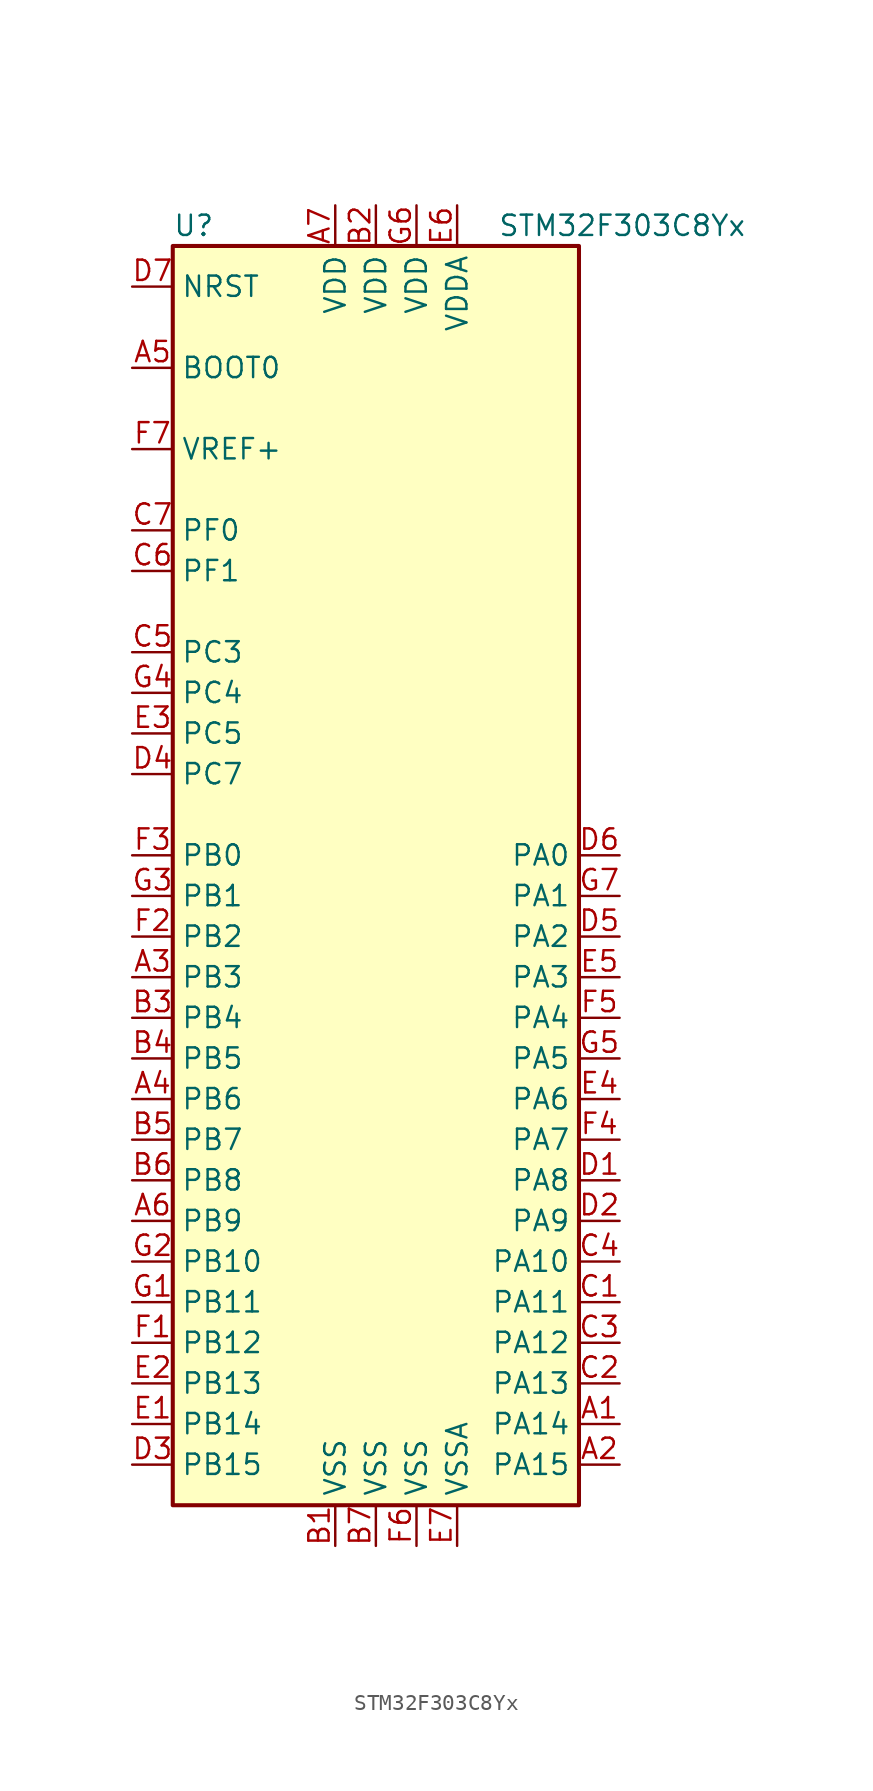
<source format=kicad_sym>
(kicad_symbol_lib
  (version 20201005)
  (generator kicad_symbol_editor)
  (symbol "STM32F303C8Yx"
    (property "Reference" "U"
      (at -12.7 39.37 0)
      (effects (font (size 1.27 1.27)) (justify left)))
    (property "Value" "STM32F303C8Yx"
      (at 7.62 39.37 0)
      (effects (font (size 1.27 1.27)) (justify left)))
    (symbol "STM32F303C8Yx_0_1"
      (rectangle (start -12.7 -40.64) (end 12.7 38.1) (stroke (width 0.254)) (fill (type background))))
    (symbol "STM32F303C8Yx_1_1"
      (pin input line (at -15.24 30.48 0) (length 2.54) (name "BOOT0" (effects (font (size 1.27 1.27)))) (number "A5" (effects (font (size 1.27 1.27)))))
      (pin input line (at -15.24 35.56 0) (length 2.54) (name "NRST" (effects (font (size 1.27 1.27)))) (number "D7" (effects (font (size 1.27 1.27)))))
      (pin bidirectional line (at 15.24 0 180) (length 2.54) (name "PA0" (effects (font (size 1.27 1.27)))) (number "D6" (effects (font (size 1.27 1.27)))))
      (pin bidirectional line (at 15.24 -2.54 180) (length 2.54) (name "PA1" (effects (font (size 1.27 1.27)))) (number "G7" (effects (font (size 1.27 1.27)))))
      (pin bidirectional line (at 15.24 -25.4 180) (length 2.54) (name "PA10" (effects (font (size 1.27 1.27)))) (number "C4" (effects (font (size 1.27 1.27)))))
      (pin bidirectional line (at 15.24 -27.94 180) (length 2.54) (name "PA11" (effects (font (size 1.27 1.27)))) (number "C1" (effects (font (size 1.27 1.27)))))
      (pin bidirectional line (at 15.24 -30.48 180) (length 2.54) (name "PA12" (effects (font (size 1.27 1.27)))) (number "C3" (effects (font (size 1.27 1.27)))))
      (pin bidirectional line (at 15.24 -33.02 180) (length 2.54) (name "PA13" (effects (font (size 1.27 1.27)))) (number "C2" (effects (font (size 1.27 1.27)))))
      (pin bidirectional line (at 15.24 -35.56 180) (length 2.54) (name "PA14" (effects (font (size 1.27 1.27)))) (number "A1" (effects (font (size 1.27 1.27)))))
      (pin bidirectional line (at 15.24 -38.1 180) (length 2.54) (name "PA15" (effects (font (size 1.27 1.27)))) (number "A2" (effects (font (size 1.27 1.27)))))
      (pin bidirectional line (at 15.24 -5.08 180) (length 2.54) (name "PA2" (effects (font (size 1.27 1.27)))) (number "D5" (effects (font (size 1.27 1.27)))))
      (pin bidirectional line (at 15.24 -7.62 180) (length 2.54) (name "PA3" (effects (font (size 1.27 1.27)))) (number "E5" (effects (font (size 1.27 1.27)))))
      (pin bidirectional line (at 15.24 -10.16 180) (length 2.54) (name "PA4" (effects (font (size 1.27 1.27)))) (number "F5" (effects (font (size 1.27 1.27)))))
      (pin bidirectional line (at 15.24 -12.7 180) (length 2.54) (name "PA5" (effects (font (size 1.27 1.27)))) (number "G5" (effects (font (size 1.27 1.27)))))
      (pin bidirectional line (at 15.24 -15.24 180) (length 2.54) (name "PA6" (effects (font (size 1.27 1.27)))) (number "E4" (effects (font (size 1.27 1.27)))))
      (pin bidirectional line (at 15.24 -17.78 180) (length 2.54) (name "PA7" (effects (font (size 1.27 1.27)))) (number "F4" (effects (font (size 1.27 1.27)))))
      (pin bidirectional line (at 15.24 -20.32 180) (length 2.54) (name "PA8" (effects (font (size 1.27 1.27)))) (number "D1" (effects (font (size 1.27 1.27)))))
      (pin bidirectional line (at 15.24 -22.86 180) (length 2.54) (name "PA9" (effects (font (size 1.27 1.27)))) (number "D2" (effects (font (size 1.27 1.27)))))
      (pin bidirectional line (at -15.24 0 0) (length 2.54) (name "PB0" (effects (font (size 1.27 1.27)))) (number "F3" (effects (font (size 1.27 1.27)))))
      (pin bidirectional line (at -15.24 -2.54 0) (length 2.54) (name "PB1" (effects (font (size 1.27 1.27)))) (number "G3" (effects (font (size 1.27 1.27)))))
      (pin bidirectional line (at -15.24 -25.4 0) (length 2.54) (name "PB10" (effects (font (size 1.27 1.27)))) (number "G2" (effects (font (size 1.27 1.27)))))
      (pin bidirectional line (at -15.24 -27.94 0) (length 2.54) (name "PB11" (effects (font (size 1.27 1.27)))) (number "G1" (effects (font (size 1.27 1.27)))))
      (pin bidirectional line (at -15.24 -30.48 0) (length 2.54) (name "PB12" (effects (font (size 1.27 1.27)))) (number "F1" (effects (font (size 1.27 1.27)))))
      (pin bidirectional line (at -15.24 -33.02 0) (length 2.54) (name "PB13" (effects (font (size 1.27 1.27)))) (number "E2" (effects (font (size 1.27 1.27)))))
      (pin bidirectional line (at -15.24 -35.56 0) (length 2.54) (name "PB14" (effects (font (size 1.27 1.27)))) (number "E1" (effects (font (size 1.27 1.27)))))
      (pin bidirectional line (at -15.24 -38.1 0) (length 2.54) (name "PB15" (effects (font (size 1.27 1.27)))) (number "D3" (effects (font (size 1.27 1.27)))))
      (pin bidirectional line (at -15.24 -5.08 0) (length 2.54) (name "PB2" (effects (font (size 1.27 1.27)))) (number "F2" (effects (font (size 1.27 1.27)))))
      (pin bidirectional line (at -15.24 -7.62 0) (length 2.54) (name "PB3" (effects (font (size 1.27 1.27)))) (number "A3" (effects (font (size 1.27 1.27)))))
      (pin bidirectional line (at -15.24 -10.16 0) (length 2.54) (name "PB4" (effects (font (size 1.27 1.27)))) (number "B3" (effects (font (size 1.27 1.27)))))
      (pin bidirectional line (at -15.24 -12.7 0) (length 2.54) (name "PB5" (effects (font (size 1.27 1.27)))) (number "B4" (effects (font (size 1.27 1.27)))))
      (pin bidirectional line (at -15.24 -15.24 0) (length 2.54) (name "PB6" (effects (font (size 1.27 1.27)))) (number "A4" (effects (font (size 1.27 1.27)))))
      (pin bidirectional line (at -15.24 -17.78 0) (length 2.54) (name "PB7" (effects (font (size 1.27 1.27)))) (number "B5" (effects (font (size 1.27 1.27)))))
      (pin bidirectional line (at -15.24 -20.32 0) (length 2.54) (name "PB8" (effects (font (size 1.27 1.27)))) (number "B6" (effects (font (size 1.27 1.27)))))
      (pin bidirectional line (at -15.24 -22.86 0) (length 2.54) (name "PB9" (effects (font (size 1.27 1.27)))) (number "A6" (effects (font (size 1.27 1.27)))))
      (pin bidirectional line (at -15.24 12.7 0) (length 2.54) (name "PC3" (effects (font (size 1.27 1.27)))) (number "C5" (effects (font (size 1.27 1.27)))))
      (pin bidirectional line (at -15.24 10.16 0) (length 2.54) (name "PC4" (effects (font (size 1.27 1.27)))) (number "G4" (effects (font (size 1.27 1.27)))))
      (pin bidirectional line (at -15.24 7.62 0) (length 2.54) (name "PC5" (effects (font (size 1.27 1.27)))) (number "E3" (effects (font (size 1.27 1.27)))))
      (pin bidirectional line (at -15.24 5.08 0) (length 2.54) (name "PC7" (effects (font (size 1.27 1.27)))) (number "D4" (effects (font (size 1.27 1.27)))))
      (pin input line (at -15.24 20.32 0) (length 2.54) (name "PF0" (effects (font (size 1.27 1.27)))) (number "C7" (effects (font (size 1.27 1.27)))))
      (pin input line (at -15.24 17.78 0) (length 2.54) (name "PF1" (effects (font (size 1.27 1.27)))) (number "C6" (effects (font (size 1.27 1.27)))))
      (pin power_in line (at -2.54 40.64 270) (length 2.54) (name "VDD" (effects (font (size 1.27 1.27)))) (number "A7" (effects (font (size 1.27 1.27)))))
      (pin power_in line (at 0 40.64 270) (length 2.54) (name "VDD" (effects (font (size 1.27 1.27)))) (number "B2" (effects (font (size 1.27 1.27)))))
      (pin power_in line (at 2.54 40.64 270) (length 2.54) (name "VDD" (effects (font (size 1.27 1.27)))) (number "G6" (effects (font (size 1.27 1.27)))))
      (pin power_in line (at 5.08 40.64 270) (length 2.54) (name "VDDA" (effects (font (size 1.27 1.27)))) (number "E6" (effects (font (size 1.27 1.27)))))
      (pin power_in line (at -15.24 25.4 0) (length 2.54) (name "VREF+" (effects (font (size 1.27 1.27)))) (number "F7" (effects (font (size 1.27 1.27)))))
      (pin power_in line (at -2.54 -43.18 90) (length 2.54) (name "VSS" (effects (font (size 1.27 1.27)))) (number "B1" (effects (font (size 1.27 1.27)))))
      (pin power_in line (at 0 -43.18 90) (length 2.54) (name "VSS" (effects (font (size 1.27 1.27)))) (number "B7" (effects (font (size 1.27 1.27)))))
      (pin power_in line (at 2.54 -43.18 90) (length 2.54) (name "VSS" (effects (font (size 1.27 1.27)))) (number "F6" (effects (font (size 1.27 1.27)))))
      (pin power_in line (at 5.08 -43.18 90) (length 2.54) (name "VSSA" (effects (font (size 1.27 1.27)))) (number "E7" (effects (font (size 1.27 1.27))))))))
</source>
